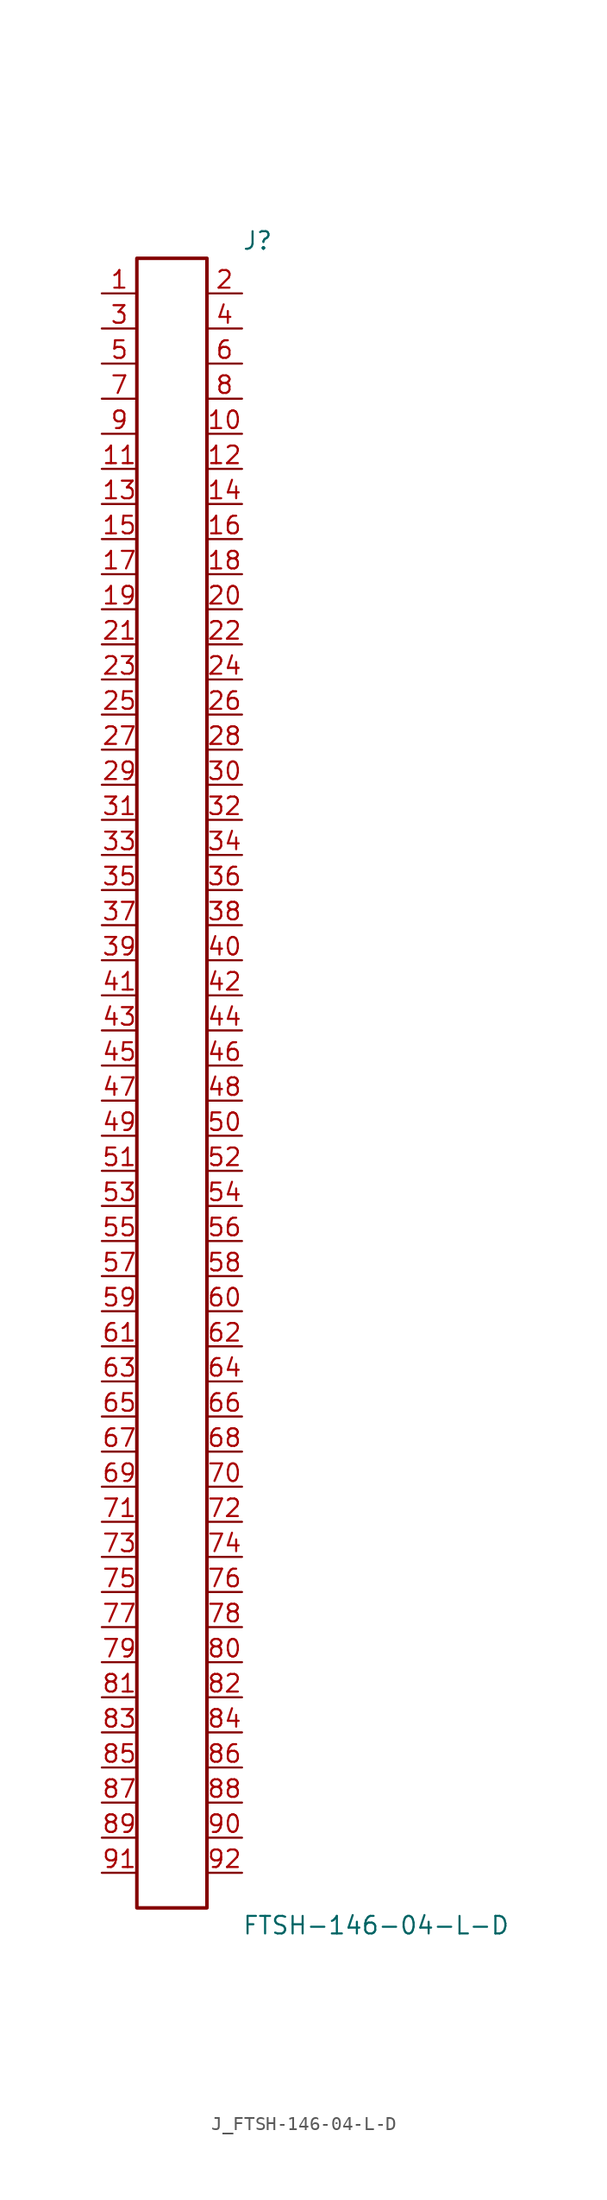
<source format=kicad_sym>
(kicad_symbol_lib
  (version 20231120)
  (generator kicad_symbol_editor)
  (generator_version 8.0)
  (symbol "J_FTSH-146-04-L-D"
    (pin_names
      (offset 0.254))
    (property "Reference" "J"
      (at 5.08 60.96 0)
      (effects (font (size 1.27 1.27)) (justify left)))
    (property "Value" "FTSH-146-04-L-D"
      (at 5.08 -60.96 0)
      (effects (font (size 1.27 1.27)) (justify left)))
    (symbol "J_FTSH-146-04-L-D_0_0"
      (pin passive line (at -5.08 57.15 0) (length 2.54) (name "" (effects (font (size 1.27 1.27)))) (number "1" (effects (font (size 1.27 1.27)))))
      (pin passive line (at 5.08 57.15 180) (length 2.54) (name "" (effects (font (size 1.27 1.27)))) (number "2" (effects (font (size 1.27 1.27)))))
      (pin passive line (at -5.08 54.61 0) (length 2.54) (name "" (effects (font (size 1.27 1.27)))) (number "3" (effects (font (size 1.27 1.27)))))
      (pin passive line (at 5.08 54.61 180) (length 2.54) (name "" (effects (font (size 1.27 1.27)))) (number "4" (effects (font (size 1.27 1.27)))))
      (pin passive line (at -5.08 52.07 0) (length 2.54) (name "" (effects (font (size 1.27 1.27)))) (number "5" (effects (font (size 1.27 1.27)))))
      (pin passive line (at 5.08 52.07 180) (length 2.54) (name "" (effects (font (size 1.27 1.27)))) (number "6" (effects (font (size 1.27 1.27)))))
      (pin passive line (at -5.08 49.53 0) (length 2.54) (name "" (effects (font (size 1.27 1.27)))) (number "7" (effects (font (size 1.27 1.27)))))
      (pin passive line (at 5.08 49.53 180) (length 2.54) (name "" (effects (font (size 1.27 1.27)))) (number "8" (effects (font (size 1.27 1.27)))))
      (pin passive line (at -5.08 46.99 0) (length 2.54) (name "" (effects (font (size 1.27 1.27)))) (number "9" (effects (font (size 1.27 1.27)))))
      (pin passive line (at 5.08 46.99 180) (length 2.54) (name "" (effects (font (size 1.27 1.27)))) (number "10" (effects (font (size 1.27 1.27)))))
      (pin passive line (at -5.08 44.45 0) (length 2.54) (name "" (effects (font (size 1.27 1.27)))) (number "11" (effects (font (size 1.27 1.27)))))
      (pin passive line (at 5.08 44.45 180) (length 2.54) (name "" (effects (font (size 1.27 1.27)))) (number "12" (effects (font (size 1.27 1.27)))))
      (pin passive line (at -5.08 41.91 0) (length 2.54) (name "" (effects (font (size 1.27 1.27)))) (number "13" (effects (font (size 1.27 1.27)))))
      (pin passive line (at 5.08 41.91 180) (length 2.54) (name "" (effects (font (size 1.27 1.27)))) (number "14" (effects (font (size 1.27 1.27)))))
      (pin passive line (at -5.08 39.37 0) (length 2.54) (name "" (effects (font (size 1.27 1.27)))) (number "15" (effects (font (size 1.27 1.27)))))
      (pin passive line (at 5.08 39.37 180) (length 2.54) (name "" (effects (font (size 1.27 1.27)))) (number "16" (effects (font (size 1.27 1.27)))))
      (pin passive line (at -5.08 36.83 0) (length 2.54) (name "" (effects (font (size 1.27 1.27)))) (number "17" (effects (font (size 1.27 1.27)))))
      (pin passive line (at 5.08 36.83 180) (length 2.54) (name "" (effects (font (size 1.27 1.27)))) (number "18" (effects (font (size 1.27 1.27)))))
      (pin passive line (at -5.08 34.29 0) (length 2.54) (name "" (effects (font (size 1.27 1.27)))) (number "19" (effects (font (size 1.27 1.27)))))
      (pin passive line (at 5.08 34.29 180) (length 2.54) (name "" (effects (font (size 1.27 1.27)))) (number "20" (effects (font (size 1.27 1.27)))))
      (pin passive line (at -5.08 31.75 0) (length 2.54) (name "" (effects (font (size 1.27 1.27)))) (number "21" (effects (font (size 1.27 1.27)))))
      (pin passive line (at 5.08 31.75 180) (length 2.54) (name "" (effects (font (size 1.27 1.27)))) (number "22" (effects (font (size 1.27 1.27)))))
      (pin passive line (at -5.08 29.21 0) (length 2.54) (name "" (effects (font (size 1.27 1.27)))) (number "23" (effects (font (size 1.27 1.27)))))
      (pin passive line (at 5.08 29.21 180) (length 2.54) (name "" (effects (font (size 1.27 1.27)))) (number "24" (effects (font (size 1.27 1.27)))))
      (pin passive line (at -5.08 26.67 0) (length 2.54) (name "" (effects (font (size 1.27 1.27)))) (number "25" (effects (font (size 1.27 1.27)))))
      (pin passive line (at 5.08 26.67 180) (length 2.54) (name "" (effects (font (size 1.27 1.27)))) (number "26" (effects (font (size 1.27 1.27)))))
      (pin passive line (at -5.08 24.13 0) (length 2.54) (name "" (effects (font (size 1.27 1.27)))) (number "27" (effects (font (size 1.27 1.27)))))
      (pin passive line (at 5.08 24.13 180) (length 2.54) (name "" (effects (font (size 1.27 1.27)))) (number "28" (effects (font (size 1.27 1.27)))))
      (pin passive line (at -5.08 21.59 0) (length 2.54) (name "" (effects (font (size 1.27 1.27)))) (number "29" (effects (font (size 1.27 1.27)))))
      (pin passive line (at 5.08 21.59 180) (length 2.54) (name "" (effects (font (size 1.27 1.27)))) (number "30" (effects (font (size 1.27 1.27)))))
      (pin passive line (at -5.08 19.05 0) (length 2.54) (name "" (effects (font (size 1.27 1.27)))) (number "31" (effects (font (size 1.27 1.27)))))
      (pin passive line (at 5.08 19.05 180) (length 2.54) (name "" (effects (font (size 1.27 1.27)))) (number "32" (effects (font (size 1.27 1.27)))))
      (pin passive line (at -5.08 16.51 0) (length 2.54) (name "" (effects (font (size 1.27 1.27)))) (number "33" (effects (font (size 1.27 1.27)))))
      (pin passive line (at 5.08 16.51 180) (length 2.54) (name "" (effects (font (size 1.27 1.27)))) (number "34" (effects (font (size 1.27 1.27)))))
      (pin passive line (at -5.08 13.97 0) (length 2.54) (name "" (effects (font (size 1.27 1.27)))) (number "35" (effects (font (size 1.27 1.27)))))
      (pin passive line (at 5.08 13.97 180) (length 2.54) (name "" (effects (font (size 1.27 1.27)))) (number "36" (effects (font (size 1.27 1.27)))))
      (pin passive line (at -5.08 11.43 0) (length 2.54) (name "" (effects (font (size 1.27 1.27)))) (number "37" (effects (font (size 1.27 1.27)))))
      (pin passive line (at 5.08 11.43 180) (length 2.54) (name "" (effects (font (size 1.27 1.27)))) (number "38" (effects (font (size 1.27 1.27)))))
      (pin passive line (at -5.08 8.89 0) (length 2.54) (name "" (effects (font (size 1.27 1.27)))) (number "39" (effects (font (size 1.27 1.27)))))
      (pin passive line (at 5.08 8.89 180) (length 2.54) (name "" (effects (font (size 1.27 1.27)))) (number "40" (effects (font (size 1.27 1.27)))))
      (pin passive line (at -5.08 6.35 0) (length 2.54) (name "" (effects (font (size 1.27 1.27)))) (number "41" (effects (font (size 1.27 1.27)))))
      (pin passive line (at 5.08 6.35 180) (length 2.54) (name "" (effects (font (size 1.27 1.27)))) (number "42" (effects (font (size 1.27 1.27)))))
      (pin passive line (at -5.08 3.81 0) (length 2.54) (name "" (effects (font (size 1.27 1.27)))) (number "43" (effects (font (size 1.27 1.27)))))
      (pin passive line (at 5.08 3.81 180) (length 2.54) (name "" (effects (font (size 1.27 1.27)))) (number "44" (effects (font (size 1.27 1.27)))))
      (pin passive line (at -5.08 1.27 0) (length 2.54) (name "" (effects (font (size 1.27 1.27)))) (number "45" (effects (font (size 1.27 1.27)))))
      (pin passive line (at 5.08 1.27 180) (length 2.54) (name "" (effects (font (size 1.27 1.27)))) (number "46" (effects (font (size 1.27 1.27)))))
      (pin passive line (at -5.08 -1.27 0) (length 2.54) (name "" (effects (font (size 1.27 1.27)))) (number "47" (effects (font (size 1.27 1.27)))))
      (pin passive line (at 5.08 -1.27 180) (length 2.54) (name "" (effects (font (size 1.27 1.27)))) (number "48" (effects (font (size 1.27 1.27)))))
      (pin passive line (at -5.08 -3.81 0) (length 2.54) (name "" (effects (font (size 1.27 1.27)))) (number "49" (effects (font (size 1.27 1.27)))))
      (pin passive line (at 5.08 -3.81 180) (length 2.54) (name "" (effects (font (size 1.27 1.27)))) (number "50" (effects (font (size 1.27 1.27)))))
      (pin passive line (at -5.08 -6.35 0) (length 2.54) (name "" (effects (font (size 1.27 1.27)))) (number "51" (effects (font (size 1.27 1.27)))))
      (pin passive line (at 5.08 -6.35 180) (length 2.54) (name "" (effects (font (size 1.27 1.27)))) (number "52" (effects (font (size 1.27 1.27)))))
      (pin passive line (at -5.08 -8.89 0) (length 2.54) (name "" (effects (font (size 1.27 1.27)))) (number "53" (effects (font (size 1.27 1.27)))))
      (pin passive line (at 5.08 -8.89 180) (length 2.54) (name "" (effects (font (size 1.27 1.27)))) (number "54" (effects (font (size 1.27 1.27)))))
      (pin passive line (at -5.08 -11.43 0) (length 2.54) (name "" (effects (font (size 1.27 1.27)))) (number "55" (effects (font (size 1.27 1.27)))))
      (pin passive line (at 5.08 -11.43 180) (length 2.54) (name "" (effects (font (size 1.27 1.27)))) (number "56" (effects (font (size 1.27 1.27)))))
      (pin passive line (at -5.08 -13.97 0) (length 2.54) (name "" (effects (font (size 1.27 1.27)))) (number "57" (effects (font (size 1.27 1.27)))))
      (pin passive line (at 5.08 -13.97 180) (length 2.54) (name "" (effects (font (size 1.27 1.27)))) (number "58" (effects (font (size 1.27 1.27)))))
      (pin passive line (at -5.08 -16.51 0) (length 2.54) (name "" (effects (font (size 1.27 1.27)))) (number "59" (effects (font (size 1.27 1.27)))))
      (pin passive line (at 5.08 -16.51 180) (length 2.54) (name "" (effects (font (size 1.27 1.27)))) (number "60" (effects (font (size 1.27 1.27)))))
      (pin passive line (at -5.08 -19.05 0) (length 2.54) (name "" (effects (font (size 1.27 1.27)))) (number "61" (effects (font (size 1.27 1.27)))))
      (pin passive line (at 5.08 -19.05 180) (length 2.54) (name "" (effects (font (size 1.27 1.27)))) (number "62" (effects (font (size 1.27 1.27)))))
      (pin passive line (at -5.08 -21.59 0) (length 2.54) (name "" (effects (font (size 1.27 1.27)))) (number "63" (effects (font (size 1.27 1.27)))))
      (pin passive line (at 5.08 -21.59 180) (length 2.54) (name "" (effects (font (size 1.27 1.27)))) (number "64" (effects (font (size 1.27 1.27)))))
      (pin passive line (at -5.08 -24.13 0) (length 2.54) (name "" (effects (font (size 1.27 1.27)))) (number "65" (effects (font (size 1.27 1.27)))))
      (pin passive line (at 5.08 -24.13 180) (length 2.54) (name "" (effects (font (size 1.27 1.27)))) (number "66" (effects (font (size 1.27 1.27)))))
      (pin passive line (at -5.08 -26.67 0) (length 2.54) (name "" (effects (font (size 1.27 1.27)))) (number "67" (effects (font (size 1.27 1.27)))))
      (pin passive line (at 5.08 -26.67 180) (length 2.54) (name "" (effects (font (size 1.27 1.27)))) (number "68" (effects (font (size 1.27 1.27)))))
      (pin passive line (at -5.08 -29.21 0) (length 2.54) (name "" (effects (font (size 1.27 1.27)))) (number "69" (effects (font (size 1.27 1.27)))))
      (pin passive line (at 5.08 -29.21 180) (length 2.54) (name "" (effects (font (size 1.27 1.27)))) (number "70" (effects (font (size 1.27 1.27)))))
      (pin passive line (at -5.08 -31.75 0) (length 2.54) (name "" (effects (font (size 1.27 1.27)))) (number "71" (effects (font (size 1.27 1.27)))))
      (pin passive line (at 5.08 -31.75 180) (length 2.54) (name "" (effects (font (size 1.27 1.27)))) (number "72" (effects (font (size 1.27 1.27)))))
      (pin passive line (at -5.08 -34.29 0) (length 2.54) (name "" (effects (font (size 1.27 1.27)))) (number "73" (effects (font (size 1.27 1.27)))))
      (pin passive line (at 5.08 -34.29 180) (length 2.54) (name "" (effects (font (size 1.27 1.27)))) (number "74" (effects (font (size 1.27 1.27)))))
      (pin passive line (at -5.08 -36.83 0) (length 2.54) (name "" (effects (font (size 1.27 1.27)))) (number "75" (effects (font (size 1.27 1.27)))))
      (pin passive line (at 5.08 -36.83 180) (length 2.54) (name "" (effects (font (size 1.27 1.27)))) (number "76" (effects (font (size 1.27 1.27)))))
      (pin passive line (at -5.08 -39.37 0) (length 2.54) (name "" (effects (font (size 1.27 1.27)))) (number "77" (effects (font (size 1.27 1.27)))))
      (pin passive line (at 5.08 -39.37 180) (length 2.54) (name "" (effects (font (size 1.27 1.27)))) (number "78" (effects (font (size 1.27 1.27)))))
      (pin passive line (at -5.08 -41.91 0) (length 2.54) (name "" (effects (font (size 1.27 1.27)))) (number "79" (effects (font (size 1.27 1.27)))))
      (pin passive line (at 5.08 -41.91 180) (length 2.54) (name "" (effects (font (size 1.27 1.27)))) (number "80" (effects (font (size 1.27 1.27)))))
      (pin passive line (at -5.08 -44.45 0) (length 2.54) (name "" (effects (font (size 1.27 1.27)))) (number "81" (effects (font (size 1.27 1.27)))))
      (pin passive line (at 5.08 -44.45 180) (length 2.54) (name "" (effects (font (size 1.27 1.27)))) (number "82" (effects (font (size 1.27 1.27)))))
      (pin passive line (at -5.08 -46.99 0) (length 2.54) (name "" (effects (font (size 1.27 1.27)))) (number "83" (effects (font (size 1.27 1.27)))))
      (pin passive line (at 5.08 -46.99 180) (length 2.54) (name "" (effects (font (size 1.27 1.27)))) (number "84" (effects (font (size 1.27 1.27)))))
      (pin passive line (at -5.08 -49.53 0) (length 2.54) (name "" (effects (font (size 1.27 1.27)))) (number "85" (effects (font (size 1.27 1.27)))))
      (pin passive line (at 5.08 -49.53 180) (length 2.54) (name "" (effects (font (size 1.27 1.27)))) (number "86" (effects (font (size 1.27 1.27)))))
      (pin passive line (at -5.08 -52.07 0) (length 2.54) (name "" (effects (font (size 1.27 1.27)))) (number "87" (effects (font (size 1.27 1.27)))))
      (pin passive line (at 5.08 -52.07 180) (length 2.54) (name "" (effects (font (size 1.27 1.27)))) (number "88" (effects (font (size 1.27 1.27)))))
      (pin passive line (at -5.08 -54.61 0) (length 2.54) (name "" (effects (font (size 1.27 1.27)))) (number "89" (effects (font (size 1.27 1.27)))))
      (pin passive line (at 5.08 -54.61 180) (length 2.54) (name "" (effects (font (size 1.27 1.27)))) (number "90" (effects (font (size 1.27 1.27)))))
      (pin passive line (at -5.08 -57.15 0) (length 2.54) (name "" (effects (font (size 1.27 1.27)))) (number "91" (effects (font (size 1.27 1.27)))))
      (pin passive line (at 5.08 -57.15 180) (length 2.54) (name "" (effects (font (size 1.27 1.27)))) (number "92" (effects (font (size 1.27 1.27))))))
    (symbol "J_FTSH-146-04-L-D_1_0"
      (rectangle (start -2.54 59.69) (end 2.54 -59.69) (stroke (width 0.254) (type solid)) (fill (type none))))))
</source>
